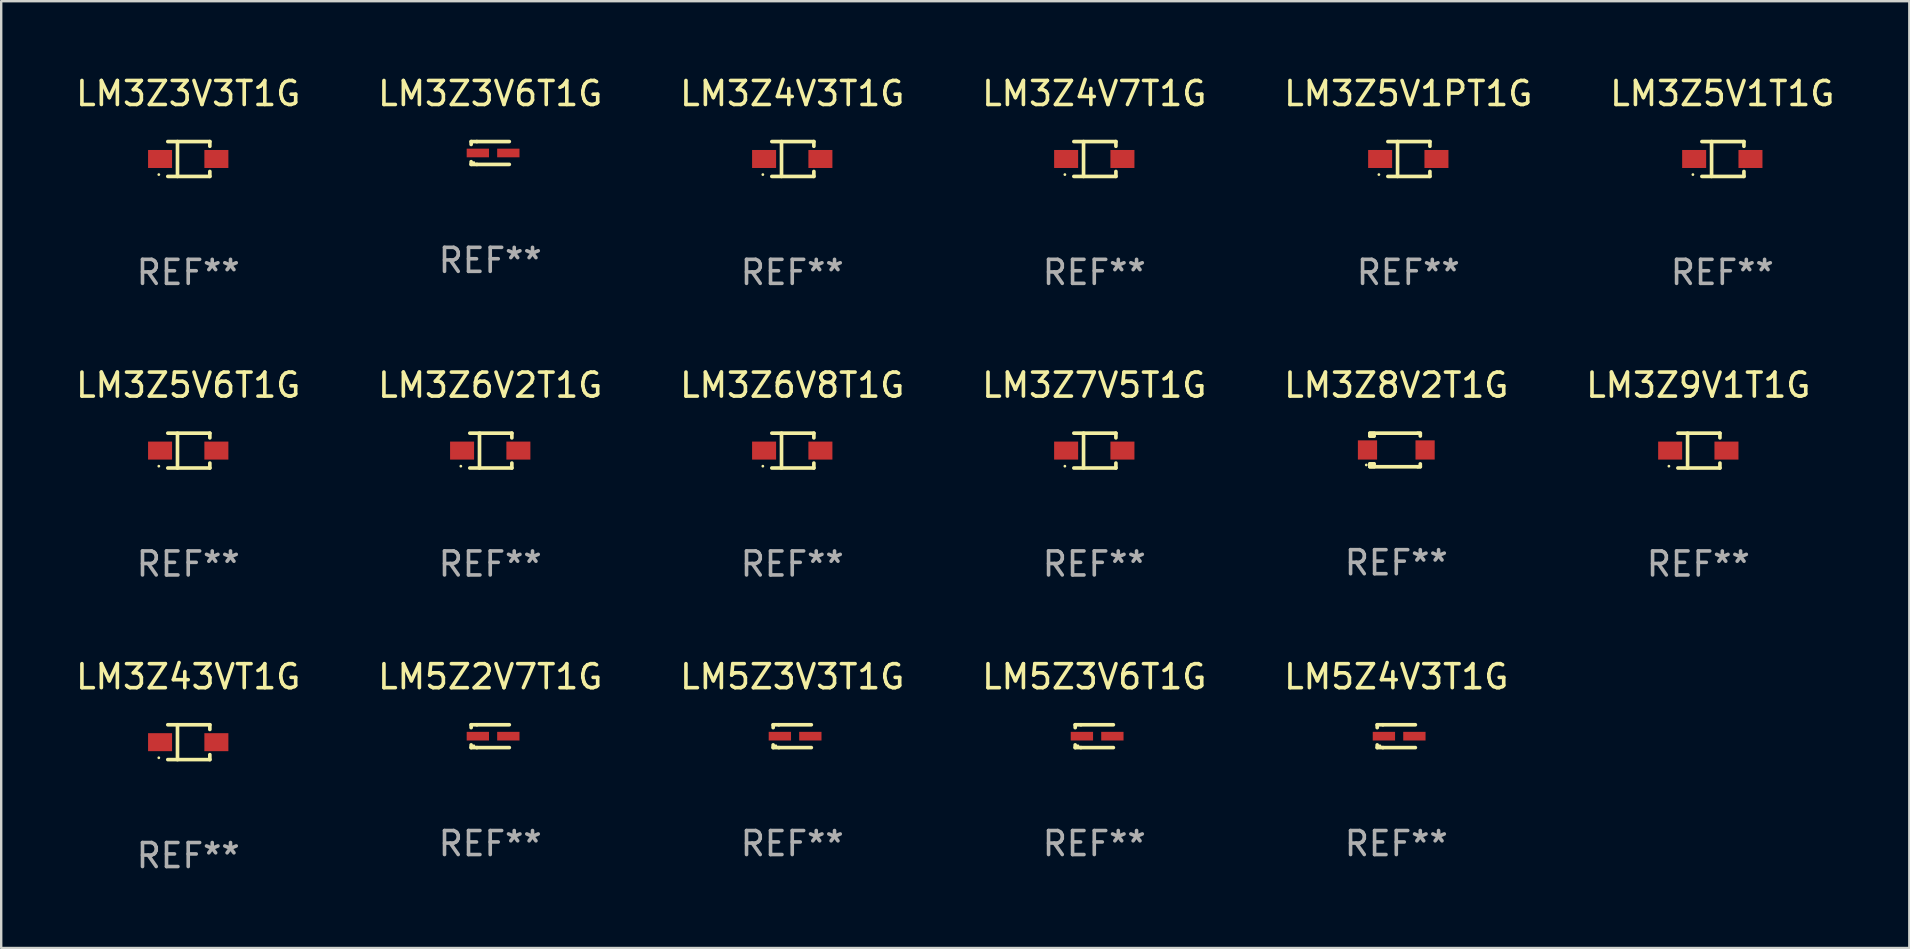
<source format=kicad_pcb>
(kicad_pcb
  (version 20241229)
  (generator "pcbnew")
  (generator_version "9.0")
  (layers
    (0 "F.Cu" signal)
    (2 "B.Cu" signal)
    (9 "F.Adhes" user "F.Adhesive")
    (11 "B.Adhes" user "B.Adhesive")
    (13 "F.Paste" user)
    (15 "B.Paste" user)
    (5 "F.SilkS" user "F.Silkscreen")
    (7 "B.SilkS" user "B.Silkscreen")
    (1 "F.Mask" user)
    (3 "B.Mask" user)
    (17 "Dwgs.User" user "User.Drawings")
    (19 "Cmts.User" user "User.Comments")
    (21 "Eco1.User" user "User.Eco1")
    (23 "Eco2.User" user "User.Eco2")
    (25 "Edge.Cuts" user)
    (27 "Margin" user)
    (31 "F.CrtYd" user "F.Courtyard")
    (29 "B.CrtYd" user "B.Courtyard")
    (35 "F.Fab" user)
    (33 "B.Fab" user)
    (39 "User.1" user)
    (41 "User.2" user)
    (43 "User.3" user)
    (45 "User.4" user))
  (footprint "LM3Z9V1T1G"
    (layer "F.Cu")
    (at 67.708 15.723)
    (property "Reference" "LM3Z9V1T1G" (at 0 -2.726 0) (layer "F.SilkS") (effects (font (size 1 1) (thickness 0.15))))
    (attr through_hole)
    (fp_line (start -0.851 -0.726) (end 0.901 -0.726) (stroke (width 0.152) (type solid)) (layer "F.SilkS"))
    (fp_line (start -0.851 0.726) (end 0.901 0.726) (stroke (width 0.152) (type solid)) (layer "F.SilkS"))
    (fp_line (start -0.447 -0.726) (end -0.447 0.726) (stroke (width 0.152) (type solid)) (layer "F.SilkS"))
    (fp_line (start 0.901 -0.726) (end 0.901 -0.53) (stroke (width 0.152) (type solid)) (layer "F.SilkS"))
    (fp_line (start 0.901 0.726) (end 0.901 0.52) (stroke (width 0.152) (type solid)) (layer "F.SilkS"))
    (fp_circle (center -1.225 0.65) (end -1.195 0.65) (stroke (width 0.06) (type solid)) (fill no) (layer "F.SilkS"))
    (fp_text user "REF**" (at 0 4.726 0) (layer "F.Fab") (effects (font (size 1 1) (thickness 0.15))))
    (pad "1" smd rect (at -1.173 0) (size 1 0.75) (layers "F.Cu" "F.Mask" "F.Paste"))
    (pad "2" smd rect (at 1.173 0) (size 1 0.75) (layers "F.Cu" "F.Mask" "F.Paste")))
  (footprint "LM3Z3V6T1G"
    (layer "F.Cu")
    (at 17.375 3.324)
    (property "Reference" "LM3Z3V6T1G" (at 0 -2.476 0) (layer "F.SilkS") (effects (font (size 1 1) (thickness 0.15))))
    (attr through_hole)
    (fp_line (start -0.795 -0.476) (end -0.795 -0.356) (stroke (width 0.152) (type solid)) (layer "F.SilkS"))
    (fp_line (start -0.795 0.363) (end -0.795 0.476) (stroke (width 0.152) (type solid)) (layer "F.SilkS"))
    (fp_line (start -0.795 0.476) (end -0.557 0.476) (stroke (width 0.152) (type solid)) (layer "F.SilkS"))
    (fp_line (start -0.557 -0.476) (end -0.795 -0.476) (stroke (width 0.152) (type solid)) (layer "F.SilkS"))
    (fp_line (start -0.557 -0.476) (end 0.795 -0.476) (stroke (width 0.152) (type solid)) (layer "F.SilkS"))
    (fp_line (start -0.557 0.476) (end 0.795 0.476) (stroke (width 0.152) (type solid)) (layer "F.SilkS"))
    (fp_circle (center -0.681 0.4) (end -0.651 0.4) (stroke (width 0.06) (type solid)) (fill no) (layer "F.SilkS"))
    (fp_text user "REF**" (at 0 4.476 0) (layer "F.Fab") (effects (font (size 1 1) (thickness 0.15))))
    (pad "1" smd rect (at -0.516 0 180) (size 0.93 0.36) (layers "F.Cu" "F.Mask" "F.Paste"))
    (pad "2" smd rect (at 0.754 0 180) (size 0.93 0.36) (layers "F.Cu" "F.Mask" "F.Paste")))
  (footprint "LM3Z6V2T1G"
    (layer "F.Cu")
    (at 17.375 15.723)
    (property "Reference" "LM3Z6V2T1G" (at 0 -2.726 0) (layer "F.SilkS") (effects (font (size 1 1) (thickness 0.15))))
    (attr through_hole)
    (fp_line (start -0.851 -0.726) (end 0.901 -0.726) (stroke (width 0.152) (type solid)) (layer "F.SilkS"))
    (fp_line (start -0.851 0.726) (end 0.901 0.726) (stroke (width 0.152) (type solid)) (layer "F.SilkS"))
    (fp_line (start -0.447 -0.726) (end -0.447 0.726) (stroke (width 0.152) (type solid)) (layer "F.SilkS"))
    (fp_line (start 0.901 -0.726) (end 0.901 -0.53) (stroke (width 0.152) (type solid)) (layer "F.SilkS"))
    (fp_line (start 0.901 0.726) (end 0.901 0.52) (stroke (width 0.152) (type solid)) (layer "F.SilkS"))
    (fp_circle (center -1.225 0.65) (end -1.195 0.65) (stroke (width 0.06) (type solid)) (fill no) (layer "F.SilkS"))
    (fp_text user "REF**" (at 0 4.726 0) (layer "F.Fab") (effects (font (size 1 1) (thickness 0.15))))
    (pad "1" smd rect (at -1.173 0) (size 1 0.75) (layers "F.Cu" "F.Mask" "F.Paste"))
    (pad "2" smd rect (at 1.173 0) (size 1 0.75) (layers "F.Cu" "F.Mask" "F.Paste")))
  (footprint "LM3Z8V2T1G"
    (layer "F.Cu")
    (at 55.125 15.697)
    (property "Reference" "LM3Z8V2T1G" (at 0 -2.7 0) (layer "F.SilkS") (effects (font (size 1 1) (thickness 0.15))))
    (attr through_hole)
    (fp_line (start -1.1 -0.7) (end -1.1 -0.58) (stroke (width 0.152) (type solid)) (layer "F.SilkS"))
    (fp_line (start -1.1 0.58) (end -1.1 0.7) (stroke (width 0.152) (type solid)) (layer "F.SilkS"))
    (fp_line (start -1.1 0.58) (end -0.927 0.58) (stroke (width 0.152) (type solid)) (layer "F.SilkS"))
    (fp_line (start -1.1 0.7) (end 0.9 0.7) (stroke (width 0.152) (type solid)) (layer "F.SilkS"))
    (fp_line (start -1.014 -0.58) (end -1.014 -0.7) (stroke (width 0.152) (type solid)) (layer "F.SilkS"))
    (fp_line (start -1.014 0.7) (end -1.014 0.58) (stroke (width 0.152) (type solid)) (layer "F.SilkS"))
    (fp_line (start -0.927 -0.7) (end -0.927 -0.58) (stroke (width 0.152) (type solid)) (layer "F.SilkS"))
    (fp_line (start -0.927 -0.58) (end -1.1 -0.58) (stroke (width 0.152) (type solid)) (layer "F.SilkS"))
    (fp_line (start -0.927 0.58) (end -0.927 0.7) (stroke (width 0.152) (type solid)) (layer "F.SilkS"))
    (fp_line (start 0.9 -0.7) (end -1.1 -0.7) (stroke (width 0.152) (type solid)) (layer "F.SilkS"))
    (fp_line (start 0.9 0.7) (end 1 0.7) (stroke (width 0.152) (type solid)) (layer "F.SilkS"))
    (fp_line (start 1 -0.7) (end 0.9 -0.7) (stroke (width 0.152) (type solid)) (layer "F.SilkS"))
    (fp_line (start 1 -0.58) (end 1 -0.7) (stroke (width 0.152) (type solid)) (layer "F.SilkS"))
    (fp_line (start 1 0.7) (end 1 0.58) (stroke (width 0.152) (type solid)) (layer "F.SilkS"))
    (fp_circle (center -1.25 0.625) (end -1.22 0.625) (stroke (width 0.06) (type solid)) (fill no) (layer "F.SilkS"))
    (fp_text user "REF**" (at 0 4.7 0) (layer "F.Fab") (effects (font (size 1 1) (thickness 0.15))))
    (pad "1" smd rect (at -1.2 0) (size 0.8 0.8) (layers "F.Cu" "F.Mask" "F.Paste"))
    (pad "2" smd rect (at 1.2 0) (size 0.8 0.8) (layers "F.Cu" "F.Mask" "F.Paste")))
  (footprint "LM3Z3V3T1G"
    (layer "F.Cu")
    (at 4.792 3.574)
    (property "Reference" "LM3Z3V3T1G" (at 0 -2.726 0) (layer "F.SilkS") (effects (font (size 1 1) (thickness 0.15))))
    (attr through_hole)
    (fp_line (start -0.851 -0.726) (end 0.901 -0.726) (stroke (width 0.152) (type solid)) (layer "F.SilkS"))
    (fp_line (start -0.851 0.726) (end 0.901 0.726) (stroke (width 0.152) (type solid)) (layer "F.SilkS"))
    (fp_line (start -0.447 -0.726) (end -0.447 0.726) (stroke (width 0.152) (type solid)) (layer "F.SilkS"))
    (fp_line (start 0.901 -0.726) (end 0.901 -0.53) (stroke (width 0.152) (type solid)) (layer "F.SilkS"))
    (fp_line (start 0.901 0.726) (end 0.901 0.52) (stroke (width 0.152) (type solid)) (layer "F.SilkS"))
    (fp_circle (center -1.225 0.65) (end -1.195 0.65) (stroke (width 0.06) (type solid)) (fill no) (layer "F.SilkS"))
    (fp_text user "REF**" (at 0 4.726 0) (layer "F.Fab") (effects (font (size 1 1) (thickness 0.15))))
    (pad "1" smd rect (at -1.173 0) (size 1 0.75) (layers "F.Cu" "F.Mask" "F.Paste"))
    (pad "2" smd rect (at 1.173 0) (size 1 0.75) (layers "F.Cu" "F.Mask" "F.Paste")))
  (footprint "LM3Z5V1PT1G"
    (layer "F.Cu")
    (at 55.625 3.574)
    (property "Reference" "LM3Z5V1PT1G" (at 0 -2.726 0) (layer "F.SilkS") (effects (font (size 1 1) (thickness 0.15))))
    (attr through_hole)
    (fp_line (start -0.851 -0.726) (end 0.901 -0.726) (stroke (width 0.152) (type solid)) (layer "F.SilkS"))
    (fp_line (start -0.851 0.726) (end 0.901 0.726) (stroke (width 0.152) (type solid)) (layer "F.SilkS"))
    (fp_line (start -0.447 -0.726) (end -0.447 0.726) (stroke (width 0.152) (type solid)) (layer "F.SilkS"))
    (fp_line (start 0.901 -0.726) (end 0.901 -0.53) (stroke (width 0.152) (type solid)) (layer "F.SilkS"))
    (fp_line (start 0.901 0.726) (end 0.901 0.52) (stroke (width 0.152) (type solid)) (layer "F.SilkS"))
    (fp_circle (center -1.225 0.65) (end -1.195 0.65) (stroke (width 0.06) (type solid)) (fill no) (layer "F.SilkS"))
    (fp_text user "REF**" (at 0 4.726 0) (layer "F.Fab") (effects (font (size 1 1) (thickness 0.15))))
    (pad "1" smd rect (at -1.173 0) (size 1 0.75) (layers "F.Cu" "F.Mask" "F.Paste"))
    (pad "2" smd rect (at 1.173 0) (size 1 0.75) (layers "F.Cu" "F.Mask" "F.Paste")))
  (footprint "LM3Z4V3T1G"
    (layer "F.Cu")
    (at 29.958 3.574)
    (property "Reference" "LM3Z4V3T1G" (at 0 -2.726 0) (layer "F.SilkS") (effects (font (size 1 1) (thickness 0.15))))
    (attr through_hole)
    (fp_line (start -0.851 -0.726) (end 0.901 -0.726) (stroke (width 0.152) (type solid)) (layer "F.SilkS"))
    (fp_line (start -0.851 0.726) (end 0.901 0.726) (stroke (width 0.152) (type solid)) (layer "F.SilkS"))
    (fp_line (start -0.447 -0.726) (end -0.447 0.726) (stroke (width 0.152) (type solid)) (layer "F.SilkS"))
    (fp_line (start 0.901 -0.726) (end 0.901 -0.53) (stroke (width 0.152) (type solid)) (layer "F.SilkS"))
    (fp_line (start 0.901 0.726) (end 0.901 0.52) (stroke (width 0.152) (type solid)) (layer "F.SilkS"))
    (fp_circle (center -1.225 0.65) (end -1.195 0.65) (stroke (width 0.06) (type solid)) (fill no) (layer "F.SilkS"))
    (fp_text user "REF**" (at 0 4.726 0) (layer "F.Fab") (effects (font (size 1 1) (thickness 0.15))))
    (pad "1" smd rect (at -1.173 0) (size 1 0.75) (layers "F.Cu" "F.Mask" "F.Paste"))
    (pad "2" smd rect (at 1.173 0) (size 1 0.75) (layers "F.Cu" "F.Mask" "F.Paste")))
  (footprint "LM3Z5V1T1G"
    (layer "F.Cu")
    (at 68.708 3.574)
    (property "Reference" "LM3Z5V1T1G" (at 0 -2.726 0) (layer "F.SilkS") (effects (font (size 1 1) (thickness 0.15))))
    (attr through_hole)
    (fp_line (start -0.851 -0.726) (end 0.901 -0.726) (stroke (width 0.152) (type solid)) (layer "F.SilkS"))
    (fp_line (start -0.851 0.726) (end 0.901 0.726) (stroke (width 0.152) (type solid)) (layer "F.SilkS"))
    (fp_line (start -0.447 -0.726) (end -0.447 0.726) (stroke (width 0.152) (type solid)) (layer "F.SilkS"))
    (fp_line (start 0.901 -0.726) (end 0.901 -0.53) (stroke (width 0.152) (type solid)) (layer "F.SilkS"))
    (fp_line (start 0.901 0.726) (end 0.901 0.52) (stroke (width 0.152) (type solid)) (layer "F.SilkS"))
    (fp_circle (center -1.225 0.65) (end -1.195 0.65) (stroke (width 0.06) (type solid)) (fill no) (layer "F.SilkS"))
    (fp_text user "REF**" (at 0 4.726 0) (layer "F.Fab") (effects (font (size 1 1) (thickness 0.15))))
    (pad "1" smd rect (at -1.173 0) (size 1 0.75) (layers "F.Cu" "F.Mask" "F.Paste"))
    (pad "2" smd rect (at 1.173 0) (size 1 0.75) (layers "F.Cu" "F.Mask" "F.Paste")))
  (footprint "LM3Z5V6T1G"
    (layer "F.Cu")
    (at 4.792 15.723)
    (property "Reference" "LM3Z5V6T1G" (at 0 -2.726 0) (layer "F.SilkS") (effects (font (size 1 1) (thickness 0.15))))
    (attr through_hole)
    (fp_line (start -0.851 -0.726) (end 0.901 -0.726) (stroke (width 0.152) (type solid)) (layer "F.SilkS"))
    (fp_line (start -0.851 0.726) (end 0.901 0.726) (stroke (width 0.152) (type solid)) (layer "F.SilkS"))
    (fp_line (start -0.447 -0.726) (end -0.447 0.726) (stroke (width 0.152) (type solid)) (layer "F.SilkS"))
    (fp_line (start 0.901 -0.726) (end 0.901 -0.53) (stroke (width 0.152) (type solid)) (layer "F.SilkS"))
    (fp_line (start 0.901 0.726) (end 0.901 0.52) (stroke (width 0.152) (type solid)) (layer "F.SilkS"))
    (fp_circle (center -1.225 0.65) (end -1.195 0.65) (stroke (width 0.06) (type solid)) (fill no) (layer "F.SilkS"))
    (fp_text user "REF**" (at 0 4.726 0) (layer "F.Fab") (effects (font (size 1 1) (thickness 0.15))))
    (pad "1" smd rect (at -1.173 0) (size 1 0.75) (layers "F.Cu" "F.Mask" "F.Paste"))
    (pad "2" smd rect (at 1.173 0) (size 1 0.75) (layers "F.Cu" "F.Mask" "F.Paste")))
  (footprint "LM5Z2V7T1G"
    (layer "F.Cu")
    (at 17.375 27.622)
    (property "Reference" "LM5Z2V7T1G" (at 0 -2.476 0) (layer "F.SilkS") (effects (font (size 1 1) (thickness 0.15))))
    (attr through_hole)
    (fp_line (start -0.795 -0.476) (end -0.795 -0.356) (stroke (width 0.152) (type solid)) (layer "F.SilkS"))
    (fp_line (start -0.795 0.363) (end -0.795 0.476) (stroke (width 0.152) (type solid)) (layer "F.SilkS"))
    (fp_line (start -0.795 0.476) (end -0.557 0.476) (stroke (width 0.152) (type solid)) (layer "F.SilkS"))
    (fp_line (start -0.557 -0.476) (end -0.795 -0.476) (stroke (width 0.152) (type solid)) (layer "F.SilkS"))
    (fp_line (start -0.557 -0.476) (end 0.795 -0.476) (stroke (width 0.152) (type solid)) (layer "F.SilkS"))
    (fp_line (start -0.557 0.476) (end 0.795 0.476) (stroke (width 0.152) (type solid)) (layer "F.SilkS"))
    (fp_circle (center -0.681 0.4) (end -0.651 0.4) (stroke (width 0.06) (type solid)) (fill no) (layer "F.SilkS"))
    (fp_text user "REF**" (at 0 4.476 0) (layer "F.Fab") (effects (font (size 1 1) (thickness 0.15))))
    (pad "1" smd rect (at -0.516 0 180) (size 0.93 0.36) (layers "F.Cu" "F.Mask" "F.Paste"))
    (pad "2" smd rect (at 0.754 0 180) (size 0.93 0.36) (layers "F.Cu" "F.Mask" "F.Paste")))
  (footprint "LM3Z43VT1G"
    (layer "F.Cu")
    (at 4.792 27.872)
    (property "Reference" "LM3Z43VT1G" (at 0 -2.726 0) (layer "F.SilkS") (effects (font (size 1 1) (thickness 0.15))))
    (attr through_hole)
    (fp_line (start -0.851 -0.726) (end 0.901 -0.726) (stroke (width 0.152) (type solid)) (layer "F.SilkS"))
    (fp_line (start -0.851 0.726) (end 0.901 0.726) (stroke (width 0.152) (type solid)) (layer "F.SilkS"))
    (fp_line (start -0.447 -0.726) (end -0.447 0.726) (stroke (width 0.152) (type solid)) (layer "F.SilkS"))
    (fp_line (start 0.901 -0.726) (end 0.901 -0.53) (stroke (width 0.152) (type solid)) (layer "F.SilkS"))
    (fp_line (start 0.901 0.726) (end 0.901 0.52) (stroke (width 0.152) (type solid)) (layer "F.SilkS"))
    (fp_circle (center -1.225 0.65) (end -1.195 0.65) (stroke (width 0.06) (type solid)) (fill no) (layer "F.SilkS"))
    (fp_text user "REF**" (at 0 4.726 0) (layer "F.Fab") (effects (font (size 1 1) (thickness 0.15))))
    (pad "1" smd rect (at -1.173 0) (size 1 0.75) (layers "F.Cu" "F.Mask" "F.Paste"))
    (pad "2" smd rect (at 1.173 0) (size 1 0.75) (layers "F.Cu" "F.Mask" "F.Paste")))
  (footprint "LM3Z4V7T1G"
    (layer "F.Cu")
    (at 42.542 3.574)
    (property "Reference" "LM3Z4V7T1G" (at 0 -2.726 0) (layer "F.SilkS") (effects (font (size 1 1) (thickness 0.15))))
    (attr through_hole)
    (fp_line (start -0.851 -0.726) (end 0.901 -0.726) (stroke (width 0.152) (type solid)) (layer "F.SilkS"))
    (fp_line (start -0.851 0.726) (end 0.901 0.726) (stroke (width 0.152) (type solid)) (layer "F.SilkS"))
    (fp_line (start -0.447 -0.726) (end -0.447 0.726) (stroke (width 0.152) (type solid)) (layer "F.SilkS"))
    (fp_line (start 0.901 -0.726) (end 0.901 -0.53) (stroke (width 0.152) (type solid)) (layer "F.SilkS"))
    (fp_line (start 0.901 0.726) (end 0.901 0.52) (stroke (width 0.152) (type solid)) (layer "F.SilkS"))
    (fp_circle (center -1.225 0.65) (end -1.195 0.65) (stroke (width 0.06) (type solid)) (fill no) (layer "F.SilkS"))
    (fp_text user "REF**" (at 0 4.726 0) (layer "F.Fab") (effects (font (size 1 1) (thickness 0.15))))
    (pad "1" smd rect (at -1.173 0) (size 1 0.75) (layers "F.Cu" "F.Mask" "F.Paste"))
    (pad "2" smd rect (at 1.173 0) (size 1 0.75) (layers "F.Cu" "F.Mask" "F.Paste")))
  (footprint "LM5Z3V6T1G"
    (layer "F.Cu")
    (at 42.542 27.622)
    (property "Reference" "LM5Z3V6T1G" (at 0 -2.476 0) (layer "F.SilkS") (effects (font (size 1 1) (thickness 0.15))))
    (attr through_hole)
    (fp_line (start -0.795 -0.476) (end -0.795 -0.356) (stroke (width 0.152) (type solid)) (layer "F.SilkS"))
    (fp_line (start -0.795 0.363) (end -0.795 0.476) (stroke (width 0.152) (type solid)) (layer "F.SilkS"))
    (fp_line (start -0.795 0.476) (end -0.557 0.476) (stroke (width 0.152) (type solid)) (layer "F.SilkS"))
    (fp_line (start -0.557 -0.476) (end -0.795 -0.476) (stroke (width 0.152) (type solid)) (layer "F.SilkS"))
    (fp_line (start -0.557 -0.476) (end 0.795 -0.476) (stroke (width 0.152) (type solid)) (layer "F.SilkS"))
    (fp_line (start -0.557 0.476) (end 0.795 0.476) (stroke (width 0.152) (type solid)) (layer "F.SilkS"))
    (fp_circle (center -0.681 0.4) (end -0.651 0.4) (stroke (width 0.06) (type solid)) (fill no) (layer "F.SilkS"))
    (fp_text user "REF**" (at 0 4.476 0) (layer "F.Fab") (effects (font (size 1 1) (thickness 0.15))))
    (pad "1" smd rect (at -0.516 0 180) (size 0.93 0.36) (layers "F.Cu" "F.Mask" "F.Paste"))
    (pad "2" smd rect (at 0.754 0 180) (size 0.93 0.36) (layers "F.Cu" "F.Mask" "F.Paste")))
  (footprint "LM3Z6V8T1G"
    (layer "F.Cu")
    (at 29.958 15.723)
    (property "Reference" "LM3Z6V8T1G" (at 0 -2.726 0) (layer "F.SilkS") (effects (font (size 1 1) (thickness 0.15))))
    (attr through_hole)
    (fp_line (start -0.851 -0.726) (end 0.901 -0.726) (stroke (width 0.152) (type solid)) (layer "F.SilkS"))
    (fp_line (start -0.851 0.726) (end 0.901 0.726) (stroke (width 0.152) (type solid)) (layer "F.SilkS"))
    (fp_line (start -0.447 -0.726) (end -0.447 0.726) (stroke (width 0.152) (type solid)) (layer "F.SilkS"))
    (fp_line (start 0.901 -0.726) (end 0.901 -0.53) (stroke (width 0.152) (type solid)) (layer "F.SilkS"))
    (fp_line (start 0.901 0.726) (end 0.901 0.52) (stroke (width 0.152) (type solid)) (layer "F.SilkS"))
    (fp_circle (center -1.225 0.65) (end -1.195 0.65) (stroke (width 0.06) (type solid)) (fill no) (layer "F.SilkS"))
    (fp_text user "REF**" (at 0 4.726 0) (layer "F.Fab") (effects (font (size 1 1) (thickness 0.15))))
    (pad "1" smd rect (at -1.173 0) (size 1 0.75) (layers "F.Cu" "F.Mask" "F.Paste"))
    (pad "2" smd rect (at 1.173 0) (size 1 0.75) (layers "F.Cu" "F.Mask" "F.Paste")))
  (footprint "LM5Z3V3T1G"
    (layer "F.Cu")
    (at 29.958 27.622)
    (property "Reference" "LM5Z3V3T1G" (at 0 -2.476 0) (layer "F.SilkS") (effects (font (size 1 1) (thickness 0.15))))
    (attr through_hole)
    (fp_line (start -0.795 -0.476) (end -0.795 -0.356) (stroke (width 0.152) (type solid)) (layer "F.SilkS"))
    (fp_line (start -0.795 0.363) (end -0.795 0.476) (stroke (width 0.152) (type solid)) (layer "F.SilkS"))
    (fp_line (start -0.795 0.476) (end -0.557 0.476) (stroke (width 0.152) (type solid)) (layer "F.SilkS"))
    (fp_line (start -0.557 -0.476) (end -0.795 -0.476) (stroke (width 0.152) (type solid)) (layer "F.SilkS"))
    (fp_line (start -0.557 -0.476) (end 0.795 -0.476) (stroke (width 0.152) (type solid)) (layer "F.SilkS"))
    (fp_line (start -0.557 0.476) (end 0.795 0.476) (stroke (width 0.152) (type solid)) (layer "F.SilkS"))
    (fp_circle (center -0.681 0.4) (end -0.651 0.4) (stroke (width 0.06) (type solid)) (fill no) (layer "F.SilkS"))
    (fp_text user "REF**" (at 0 4.476 0) (layer "F.Fab") (effects (font (size 1 1) (thickness 0.15))))
    (pad "1" smd rect (at -0.516 0 180) (size 0.93 0.36) (layers "F.Cu" "F.Mask" "F.Paste"))
    (pad "2" smd rect (at 0.754 0 180) (size 0.93 0.36) (layers "F.Cu" "F.Mask" "F.Paste")))
  (footprint "LM3Z7V5T1G"
    (layer "F.Cu")
    (at 42.542 15.723)
    (property "Reference" "LM3Z7V5T1G" (at 0 -2.726 0) (layer "F.SilkS") (effects (font (size 1 1) (thickness 0.15))))
    (attr through_hole)
    (fp_line (start -0.851 -0.726) (end 0.901 -0.726) (stroke (width 0.152) (type solid)) (layer "F.SilkS"))
    (fp_line (start -0.851 0.726) (end 0.901 0.726) (stroke (width 0.152) (type solid)) (layer "F.SilkS"))
    (fp_line (start -0.447 -0.726) (end -0.447 0.726) (stroke (width 0.152) (type solid)) (layer "F.SilkS"))
    (fp_line (start 0.901 -0.726) (end 0.901 -0.53) (stroke (width 0.152) (type solid)) (layer "F.SilkS"))
    (fp_line (start 0.901 0.726) (end 0.901 0.52) (stroke (width 0.152) (type solid)) (layer "F.SilkS"))
    (fp_circle (center -1.225 0.65) (end -1.195 0.65) (stroke (width 0.06) (type solid)) (fill no) (layer "F.SilkS"))
    (fp_text user "REF**" (at 0 4.726 0) (layer "F.Fab") (effects (font (size 1 1) (thickness 0.15))))
    (pad "1" smd rect (at -1.173 0) (size 1 0.75) (layers "F.Cu" "F.Mask" "F.Paste"))
    (pad "2" smd rect (at 1.173 0) (size 1 0.75) (layers "F.Cu" "F.Mask" "F.Paste")))
  (footprint "LM5Z4V3T1G"
    (layer "F.Cu")
    (at 55.125 27.622)
    (property "Reference" "LM5Z4V3T1G" (at 0 -2.476 0) (layer "F.SilkS") (effects (font (size 1 1) (thickness 0.15))))
    (attr through_hole)
    (fp_line (start -0.795 -0.476) (end -0.795 -0.356) (stroke (width 0.152) (type solid)) (layer "F.SilkS"))
    (fp_line (start -0.795 0.363) (end -0.795 0.476) (stroke (width 0.152) (type solid)) (layer "F.SilkS"))
    (fp_line (start -0.795 0.476) (end -0.557 0.476) (stroke (width 0.152) (type solid)) (layer "F.SilkS"))
    (fp_line (start -0.557 -0.476) (end -0.795 -0.476) (stroke (width 0.152) (type solid)) (layer "F.SilkS"))
    (fp_line (start -0.557 -0.476) (end 0.795 -0.476) (stroke (width 0.152) (type solid)) (layer "F.SilkS"))
    (fp_line (start -0.557 0.476) (end 0.795 0.476) (stroke (width 0.152) (type solid)) (layer "F.SilkS"))
    (fp_circle (center -0.681 0.4) (end -0.651 0.4) (stroke (width 0.06) (type solid)) (fill no) (layer "F.SilkS"))
    (fp_text user "REF**" (at 0 4.476 0) (layer "F.Fab") (effects (font (size 1 1) (thickness 0.15))))
    (pad "1" smd rect (at -0.516 0 180) (size 0.93 0.36) (layers "F.Cu" "F.Mask" "F.Paste"))
    (pad "2" smd rect (at 0.754 0 180) (size 0.93 0.36) (layers "F.Cu" "F.Mask" "F.Paste")))
  (gr_rect
    (start -3 -3)
    (end 76.5 36.447)
    (stroke (width 0.1) (type default))
    (fill no)
    (layer "Edge.Cuts")))
</source>
